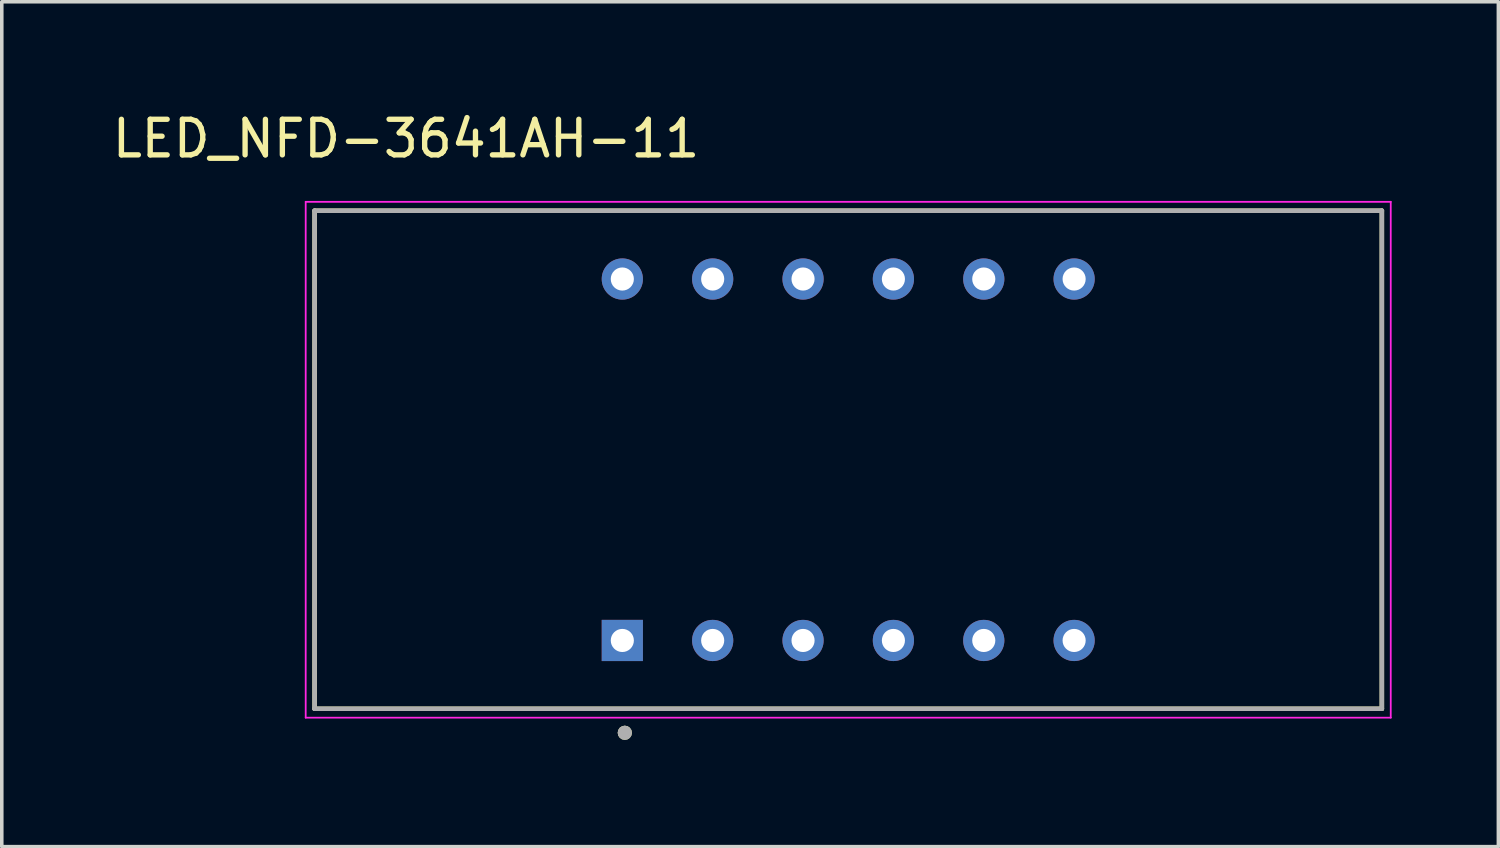
<source format=kicad_pcb>
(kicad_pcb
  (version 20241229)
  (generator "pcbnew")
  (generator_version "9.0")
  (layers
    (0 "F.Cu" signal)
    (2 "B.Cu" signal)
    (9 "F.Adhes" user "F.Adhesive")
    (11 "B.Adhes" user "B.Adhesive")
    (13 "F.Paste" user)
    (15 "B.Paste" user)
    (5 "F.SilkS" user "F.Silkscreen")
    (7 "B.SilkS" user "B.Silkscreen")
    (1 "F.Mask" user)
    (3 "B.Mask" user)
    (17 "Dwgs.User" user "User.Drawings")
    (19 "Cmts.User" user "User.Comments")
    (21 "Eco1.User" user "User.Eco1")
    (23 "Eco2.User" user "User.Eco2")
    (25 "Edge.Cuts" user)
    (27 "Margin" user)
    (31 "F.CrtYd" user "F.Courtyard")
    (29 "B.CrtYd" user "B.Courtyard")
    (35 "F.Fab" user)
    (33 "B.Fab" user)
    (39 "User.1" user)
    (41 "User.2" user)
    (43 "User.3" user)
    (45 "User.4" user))
  (footprint "LED_NFD-3641AH-11"
    (layer "F.Cu")
    (at 20.793 9.873)
    (property "Reference" "LED_NFD-3641AH-11" (at -12.43 -9.025 0) (layer "F.SilkS") (effects (font (size 1 1) (thickness 0.15))))
    (attr through_hole)
    (fp_line (start -15 -7) (end 15 -7) (stroke (width 0.127) (type solid)) (layer "F.SilkS"))
    (fp_line (start -15 7) (end -15 -7) (stroke (width 0.127) (type solid)) (layer "F.SilkS"))
    (fp_line (start 15 -7) (end 15 7) (stroke (width 0.127) (type solid)) (layer "F.SilkS"))
    (fp_line (start 15 7) (end -15 7) (stroke (width 0.127) (type solid)) (layer "F.SilkS"))
    (fp_circle (center -6.28 7.675) (end -6.18 7.675) (stroke (width 0.2) (type solid)) (fill no) (layer "F.SilkS"))
    (fp_line (start -15.25 -7.25) (end 15.25 -7.25) (stroke (width 0.05) (type solid)) (layer "F.CrtYd"))
    (fp_line (start -15.25 7.25) (end -15.25 -7.25) (stroke (width 0.05) (type solid)) (layer "F.CrtYd"))
    (fp_line (start 15.25 -7.25) (end 15.25 7.25) (stroke (width 0.05) (type solid)) (layer "F.CrtYd"))
    (fp_line (start 15.25 7.25) (end -15.25 7.25) (stroke (width 0.05) (type solid)) (layer "F.CrtYd"))
    (fp_line (start -15 -7) (end 15 -7) (stroke (width 0.127) (type solid)) (layer "F.Fab"))
    (fp_line (start -15 7) (end -15 -7) (stroke (width 0.127) (type solid)) (layer "F.Fab"))
    (fp_line (start 15 -7) (end 15 7) (stroke (width 0.127) (type solid)) (layer "F.Fab"))
    (fp_line (start 15 7) (end -15 7) (stroke (width 0.127) (type solid)) (layer "F.Fab"))
    (fp_circle (center -6.28 7.675) (end -6.18 7.675) (stroke (width 0.2) (type solid)) (fill no) (layer "F.Fab"))
    (pad "1" thru_hole rect (at -6.35 5.08) (size 1.158 1.158) (drill 0.65) (layers "*.Cu" "*.Mask"))
    (pad "2" thru_hole circle (at -3.81 5.08) (size 1.158 1.158) (drill 0.65) (layers "*.Cu" "*.Mask"))
    (pad "3" thru_hole circle (at -1.27 5.08) (size 1.158 1.158) (drill 0.65) (layers "*.Cu" "*.Mask"))
    (pad "4" thru_hole circle (at 1.27 5.08) (size 1.158 1.158) (drill 0.65) (layers "*.Cu" "*.Mask"))
    (pad "5" thru_hole circle (at 3.81 5.08) (size 1.158 1.158) (drill 0.65) (layers "*.Cu" "*.Mask"))
    (pad "6" thru_hole circle (at 6.35 5.08) (size 1.158 1.158) (drill 0.65) (layers "*.Cu" "*.Mask"))
    (pad "7" thru_hole circle (at 6.35 -5.08) (size 1.158 1.158) (drill 0.65) (layers "*.Cu" "*.Mask"))
    (pad "8" thru_hole circle (at 3.81 -5.08) (size 1.158 1.158) (drill 0.65) (layers "*.Cu" "*.Mask"))
    (pad "9" thru_hole circle (at 1.27 -5.08) (size 1.158 1.158) (drill 0.65) (layers "*.Cu" "*.Mask"))
    (pad "10" thru_hole circle (at -1.27 -5.08) (size 1.158 1.158) (drill 0.65) (layers "*.Cu" "*.Mask"))
    (pad "11" thru_hole circle (at -3.81 -5.08) (size 1.158 1.158) (drill 0.65) (layers "*.Cu" "*.Mask"))
    (pad "12" thru_hole circle (at -6.35 -5.08) (size 1.158 1.158) (drill 0.65) (layers "*.Cu" "*.Mask")))
  (gr_rect
    (start -3 -3)
    (end 39.068 20.748)
    (stroke (width 0.1) (type default))
    (fill no)
    (layer "Edge.Cuts")))
</source>
